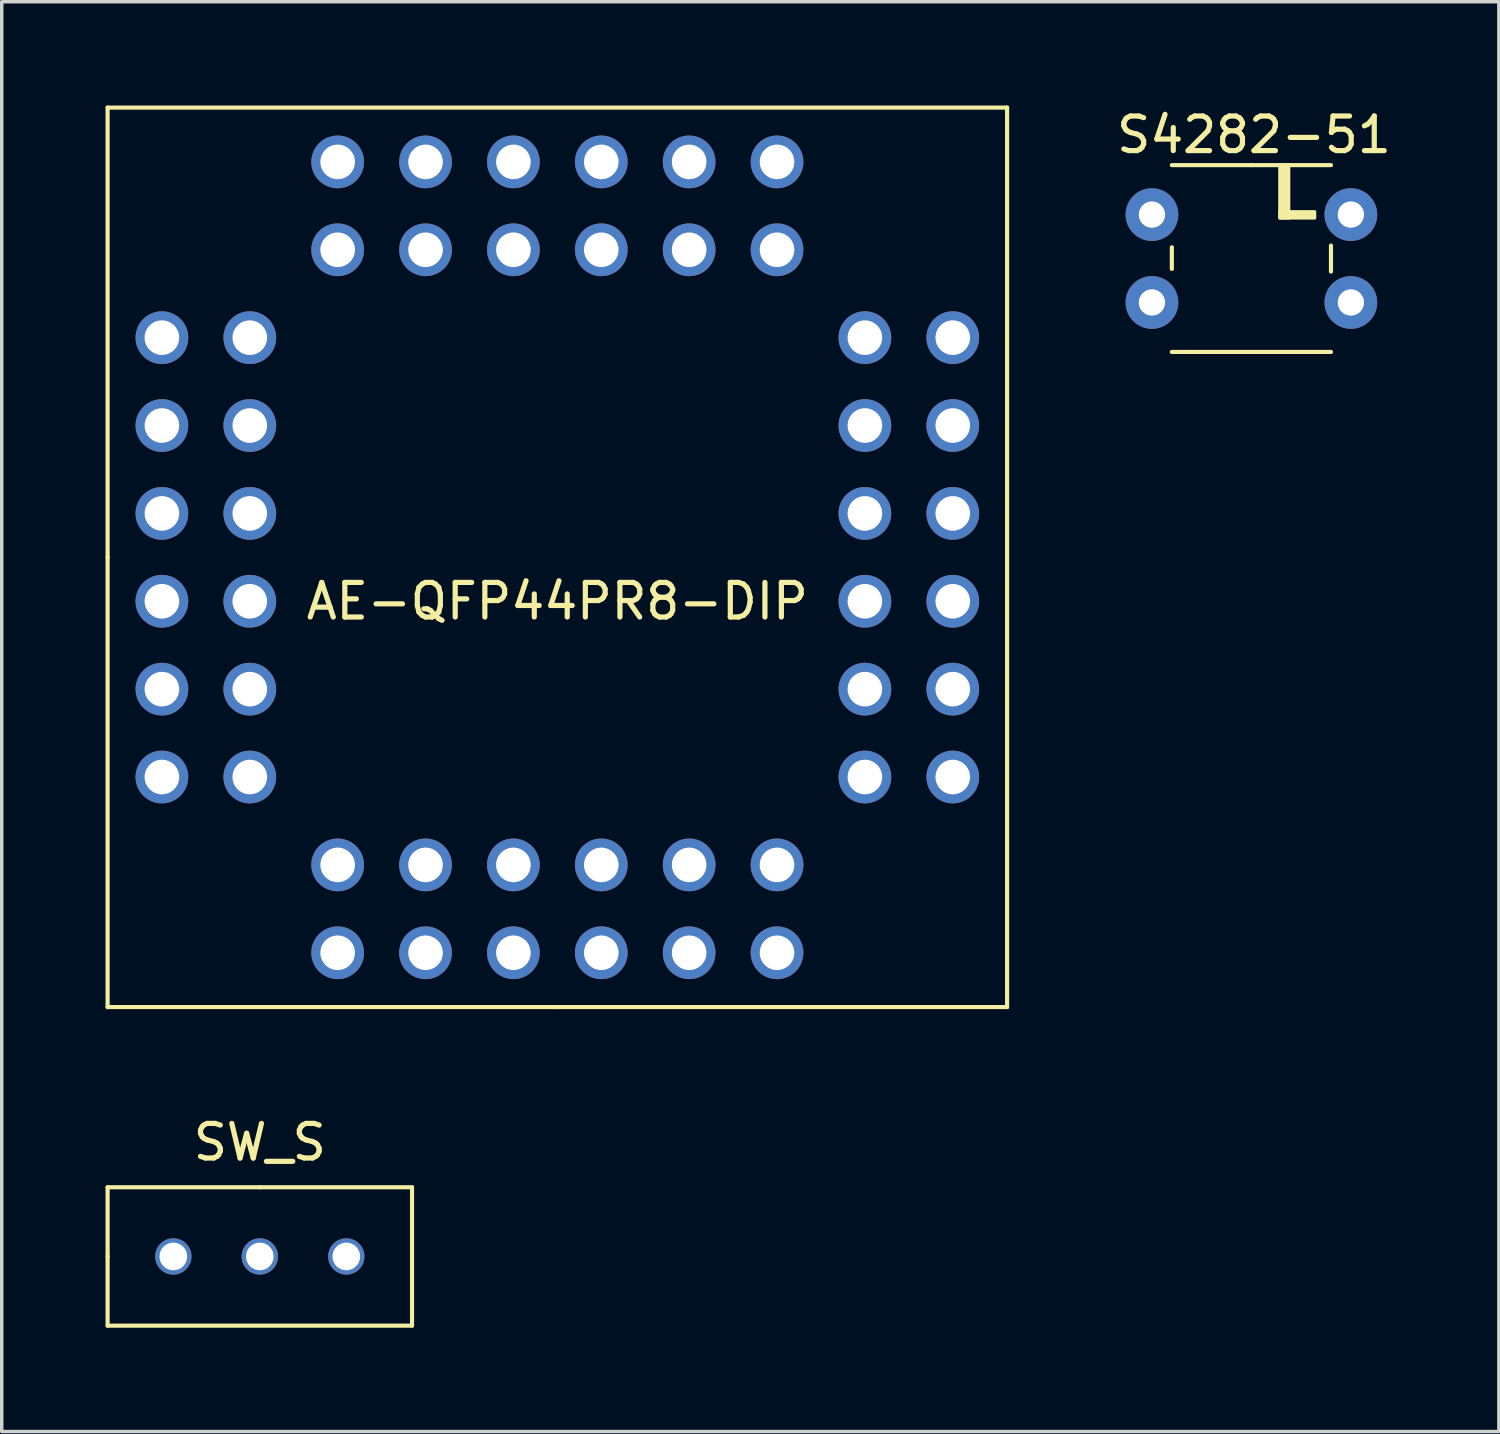
<source format=kicad_pcb>
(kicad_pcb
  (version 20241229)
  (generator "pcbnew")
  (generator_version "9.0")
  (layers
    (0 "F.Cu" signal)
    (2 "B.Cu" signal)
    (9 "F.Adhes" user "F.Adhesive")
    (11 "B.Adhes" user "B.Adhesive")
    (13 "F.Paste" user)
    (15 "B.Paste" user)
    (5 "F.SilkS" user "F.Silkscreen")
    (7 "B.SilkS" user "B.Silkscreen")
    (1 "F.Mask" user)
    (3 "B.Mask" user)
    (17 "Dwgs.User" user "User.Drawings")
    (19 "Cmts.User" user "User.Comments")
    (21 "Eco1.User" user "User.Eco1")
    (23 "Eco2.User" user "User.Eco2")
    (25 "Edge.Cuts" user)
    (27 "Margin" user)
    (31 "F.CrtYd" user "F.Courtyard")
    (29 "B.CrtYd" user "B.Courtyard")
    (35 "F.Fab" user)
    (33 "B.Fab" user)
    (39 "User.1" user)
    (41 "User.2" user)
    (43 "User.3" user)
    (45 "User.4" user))
  (footprint "SW_S"
    (layer "F.Cu")
    (at 4.46 33.268)
    (property "Reference" "SW_S" (at 0 -3.3 0) (layer "F.SilkS") (effects (font (size 1 1) (thickness 0.15))))
    (attr through_hole)
    (fp_line (start -4.4 0) (end -4.4 -2) (stroke (width 0.12) (type solid)) (layer "F.SilkS"))
    (fp_line (start -4.4 0) (end -4.4 2) (stroke (width 0.12) (type solid)) (layer "F.SilkS"))
    (fp_line (start -4.4 2) (end 4.4 2) (stroke (width 0.12) (type solid)) (layer "F.SilkS"))
    (fp_line (start 0 -2) (end -4.4 -2) (stroke (width 0.12) (type solid)) (layer "F.SilkS"))
    (fp_line (start 0 -2) (end 4.4 -2) (stroke (width 0.12) (type solid)) (layer "F.SilkS"))
    (fp_line (start 4.4 2) (end 4.4 -2) (stroke (width 0.12) (type solid)) (layer "F.SilkS"))
    (pad "1" thru_hole circle (at -2.5 0) (size 1.05 1.05) (drill 0.8) (layers "*.Cu" "*.Mask"))
    (pad "2" thru_hole circle (at 0 0) (size 1.05 1.05) (drill 0.8) (layers "*.Cu" "*.Mask"))
    (pad "3" thru_hole circle (at 2.5 0) (size 1.05 1.05) (drill 0.8) (layers "*.Cu" "*.Mask")))
  (footprint "AE-QFP44PR8-DIP"
    (layer "F.Cu")
    (at 13.06 13.06)
    (property "Reference" "AE-QFP44PR8-DIP" (at 0 1.27 0) (layer "F.SilkS") (effects (font (size 1 1) (thickness 0.15))))
    (attr through_hole)
    (fp_line (start -13 -13) (end 13 -13) (stroke (width 0.12) (type solid)) (layer "F.SilkS"))
    (fp_line (start -13 0) (end -13 -13) (stroke (width 0.12) (type solid)) (layer "F.SilkS"))
    (fp_line (start -13 13) (end -13 0) (stroke (width 0.12) (type solid)) (layer "F.SilkS"))
    (fp_line (start 0 13) (end -13 13) (stroke (width 0.12) (type solid)) (layer "F.SilkS"))
    (fp_line (start 13 -13) (end 13 13) (stroke (width 0.12) (type solid)) (layer "F.SilkS"))
    (fp_line (start 13 13) (end 0 13) (stroke (width 0.12) (type solid)) (layer "F.SilkS"))
    (pad "1" thru_hole circle (at -6.35 11.43) (size 1.524 1.524) (drill 1) (layers "*.Cu" "*.Mask"))
    (pad "2" thru_hole circle (at -6.35 8.89) (size 1.524 1.524) (drill 1) (layers "*.Cu" "*.Mask"))
    (pad "3" thru_hole circle (at -3.81 11.43) (size 1.524 1.524) (drill 1) (layers "*.Cu" "*.Mask"))
    (pad "4" thru_hole circle (at -3.81 8.89) (size 1.524 1.524) (drill 1) (layers "*.Cu" "*.Mask"))
    (pad "5" thru_hole circle (at -1.27 11.43) (size 1.524 1.524) (drill 1) (layers "*.Cu" "*.Mask"))
    (pad "6" thru_hole circle (at -1.27 8.89) (size 1.524 1.524) (drill 1) (layers "*.Cu" "*.Mask"))
    (pad "7" thru_hole circle (at 1.27 11.43) (size 1.524 1.524) (drill 1) (layers "*.Cu" "*.Mask"))
    (pad "8" thru_hole circle (at 1.27 8.89) (size 1.524 1.524) (drill 1) (layers "*.Cu" "*.Mask"))
    (pad "9" thru_hole circle (at 3.81 11.43) (size 1.524 1.524) (drill 1) (layers "*.Cu" "*.Mask"))
    (pad "10" thru_hole circle (at 3.81 8.89) (size 1.524 1.524) (drill 1) (layers "*.Cu" "*.Mask"))
    (pad "11" thru_hole circle (at 6.35 11.43) (size 1.524 1.524) (drill 1) (layers "*.Cu" "*.Mask"))
    (pad "12" thru_hole circle (at 11.43 6.35) (size 1.524 1.524) (drill 1) (layers "*.Cu" "*.Mask"))
    (pad "13" thru_hole circle (at 8.89 6.35) (size 1.524 1.524) (drill 1) (layers "*.Cu" "*.Mask"))
    (pad "14" thru_hole circle (at 11.43 3.81) (size 1.524 1.524) (drill 1) (layers "*.Cu" "*.Mask"))
    (pad "15" thru_hole circle (at 8.89 3.81) (size 1.524 1.524) (drill 1) (layers "*.Cu" "*.Mask"))
    (pad "16" thru_hole circle (at 11.43 1.27) (size 1.524 1.524) (drill 1) (layers "*.Cu" "*.Mask"))
    (pad "17" thru_hole circle (at 8.89 1.27) (size 1.524 1.524) (drill 1) (layers "*.Cu" "*.Mask"))
    (pad "18" thru_hole circle (at 11.43 -1.27) (size 1.524 1.524) (drill 1) (layers "*.Cu" "*.Mask"))
    (pad "19" thru_hole circle (at 8.89 -1.27) (size 1.524 1.524) (drill 1) (layers "*.Cu" "*.Mask"))
    (pad "20" thru_hole circle (at 11.43 -3.81) (size 1.524 1.524) (drill 1) (layers "*.Cu" "*.Mask"))
    (pad "21" thru_hole circle (at 8.89 -3.81) (size 1.524 1.524) (drill 1) (layers "*.Cu" "*.Mask"))
    (pad "22" thru_hole circle (at 11.43 -6.35) (size 1.524 1.524) (drill 1) (layers "*.Cu" "*.Mask"))
    (pad "23" thru_hole circle (at 6.35 -11.43) (size 1.524 1.524) (drill 1) (layers "*.Cu" "*.Mask"))
    (pad "24" thru_hole circle (at 6.35 -8.89) (size 1.524 1.524) (drill 1) (layers "*.Cu" "*.Mask"))
    (pad "25" thru_hole circle (at 3.81 -11.43) (size 1.524 1.524) (drill 1) (layers "*.Cu" "*.Mask"))
    (pad "26" thru_hole circle (at 3.81 -8.89) (size 1.524 1.524) (drill 1) (layers "*.Cu" "*.Mask"))
    (pad "27" thru_hole circle (at 1.27 -11.43) (size 1.524 1.524) (drill 1) (layers "*.Cu" "*.Mask"))
    (pad "28" thru_hole circle (at 1.27 -8.89) (size 1.524 1.524) (drill 1) (layers "*.Cu" "*.Mask"))
    (pad "29" thru_hole circle (at -1.27 -11.43) (size 1.524 1.524) (drill 1) (layers "*.Cu" "*.Mask"))
    (pad "30" thru_hole circle (at -1.27 -8.89) (size 1.524 1.524) (drill 1) (layers "*.Cu" "*.Mask"))
    (pad "31" thru_hole circle (at -3.81 -11.43) (size 1.524 1.524) (drill 1) (layers "*.Cu" "*.Mask"))
    (pad "32" thru_hole circle (at -3.81 -8.89) (size 1.524 1.524) (drill 1) (layers "*.Cu" "*.Mask"))
    (pad "33" thru_hole circle (at -6.35 -11.43) (size 1.524 1.524) (drill 1) (layers "*.Cu" "*.Mask"))
    (pad "34" thru_hole circle (at -11.43 -6.35) (size 1.524 1.524) (drill 1) (layers "*.Cu" "*.Mask"))
    (pad "35" thru_hole circle (at -8.89 -6.35) (size 1.524 1.524) (drill 1) (layers "*.Cu" "*.Mask"))
    (pad "36" thru_hole circle (at -11.43 -3.81) (size 1.524 1.524) (drill 1) (layers "*.Cu" "*.Mask"))
    (pad "37" thru_hole circle (at -8.89 -3.81) (size 1.524 1.524) (drill 1) (layers "*.Cu" "*.Mask"))
    (pad "38" thru_hole circle (at -11.43 -1.27) (size 1.524 1.524) (drill 1) (layers "*.Cu" "*.Mask"))
    (pad "39" thru_hole circle (at -8.89 -1.27) (size 1.524 1.524) (drill 1) (layers "*.Cu" "*.Mask"))
    (pad "40" thru_hole circle (at -11.43 1.27) (size 1.524 1.524) (drill 1) (layers "*.Cu" "*.Mask"))
    (pad "41" thru_hole circle (at -8.89 1.27) (size 1.524 1.524) (drill 1) (layers "*.Cu" "*.Mask"))
    (pad "42" thru_hole circle (at -11.43 3.81) (size 1.524 1.524) (drill 1) (layers "*.Cu" "*.Mask"))
    (pad "43" thru_hole circle (at -8.89 3.81) (size 1.524 1.524) (drill 1) (layers "*.Cu" "*.Mask"))
    (pad "44" thru_hole circle (at -11.43 6.35) (size 1.524 1.524) (drill 1) (layers "*.Cu" "*.Mask"))
    (pad "45" thru_hole circle (at 6.35 8.89) (size 1.524 1.524) (drill 1) (layers "*.Cu" "*.Mask"))
    (pad "46" thru_hole circle (at 8.89 -6.35) (size 1.524 1.524) (drill 1) (layers "*.Cu" "*.Mask"))
    (pad "47" thru_hole circle (at -6.35 -8.89) (size 1.524 1.524) (drill 1) (layers "*.Cu" "*.Mask"))
    (pad "48" thru_hole circle (at -8.89 6.35) (size 1.524 1.524) (drill 1) (layers "*.Cu" "*.Mask")))
  (footprint "S4282-51"
    (layer "F.Cu")
    (at 33.122 4.423)
    (property "Reference" "S4282-51" (at 0.075 -3.575 0) (layer "F.SilkS") (effects (font (size 1 1) (thickness 0.15))))
    (attr through_hole)
    (fp_line (start -2.3 -0.325) (end -2.3 0.3) (stroke (width 0.12) (type solid)) (layer "F.SilkS"))
    (fp_line (start -2.3 2.7) (end 2.3 2.7) (stroke (width 0.12) (type solid)) (layer "F.SilkS"))
    (fp_line (start 0 -2.7) (end -2.3 -2.7) (stroke (width 0.12) (type solid)) (layer "F.SilkS"))
    (fp_line (start 2.3 -2.7) (end 0 -2.7) (stroke (width 0.12) (type solid)) (layer "F.SilkS"))
    (fp_line (start 2.3 -0.375) (end 2.3 0.375) (stroke (width 0.12) (type solid)) (layer "F.SilkS"))
    (fp_poly (pts (xy 1.075 -1.175) (xy 0.825 -1.175) (xy 0.825 -2.7) (xy 1.075 -2.7)) (stroke (width 0.1) (type solid)) (fill yes) (layer "F.SilkS"))
    (fp_poly (pts (xy 1.825 -1.175) (xy 0.825 -1.175) (xy 0.825 -1.35) (xy 1.825 -1.35)) (stroke (width 0.1) (type solid)) (fill yes) (layer "F.SilkS"))
    (pad "1" thru_hole circle (at -2.875 -1.27) (size 1.524 1.524) (drill 0.762) (layers "*.Cu" "*.Mask"))
    (pad "2" thru_hole circle (at -2.875 1.27) (size 1.524 1.524) (drill 0.762) (layers "*.Cu" "*.Mask"))
    (pad "3" thru_hole circle (at 2.875 1.27) (size 1.524 1.524) (drill 0.762) (layers "*.Cu" "*.Mask"))
    (pad "4" thru_hole circle (at 2.875 -1.27) (size 1.524 1.524) (drill 0.762) (layers "*.Cu" "*.Mask")))
  (gr_rect
    (start -3 -3)
    (end 40.275 38.328)
    (stroke (width 0.1) (type default))
    (fill no)
    (layer "Edge.Cuts")))
</source>
